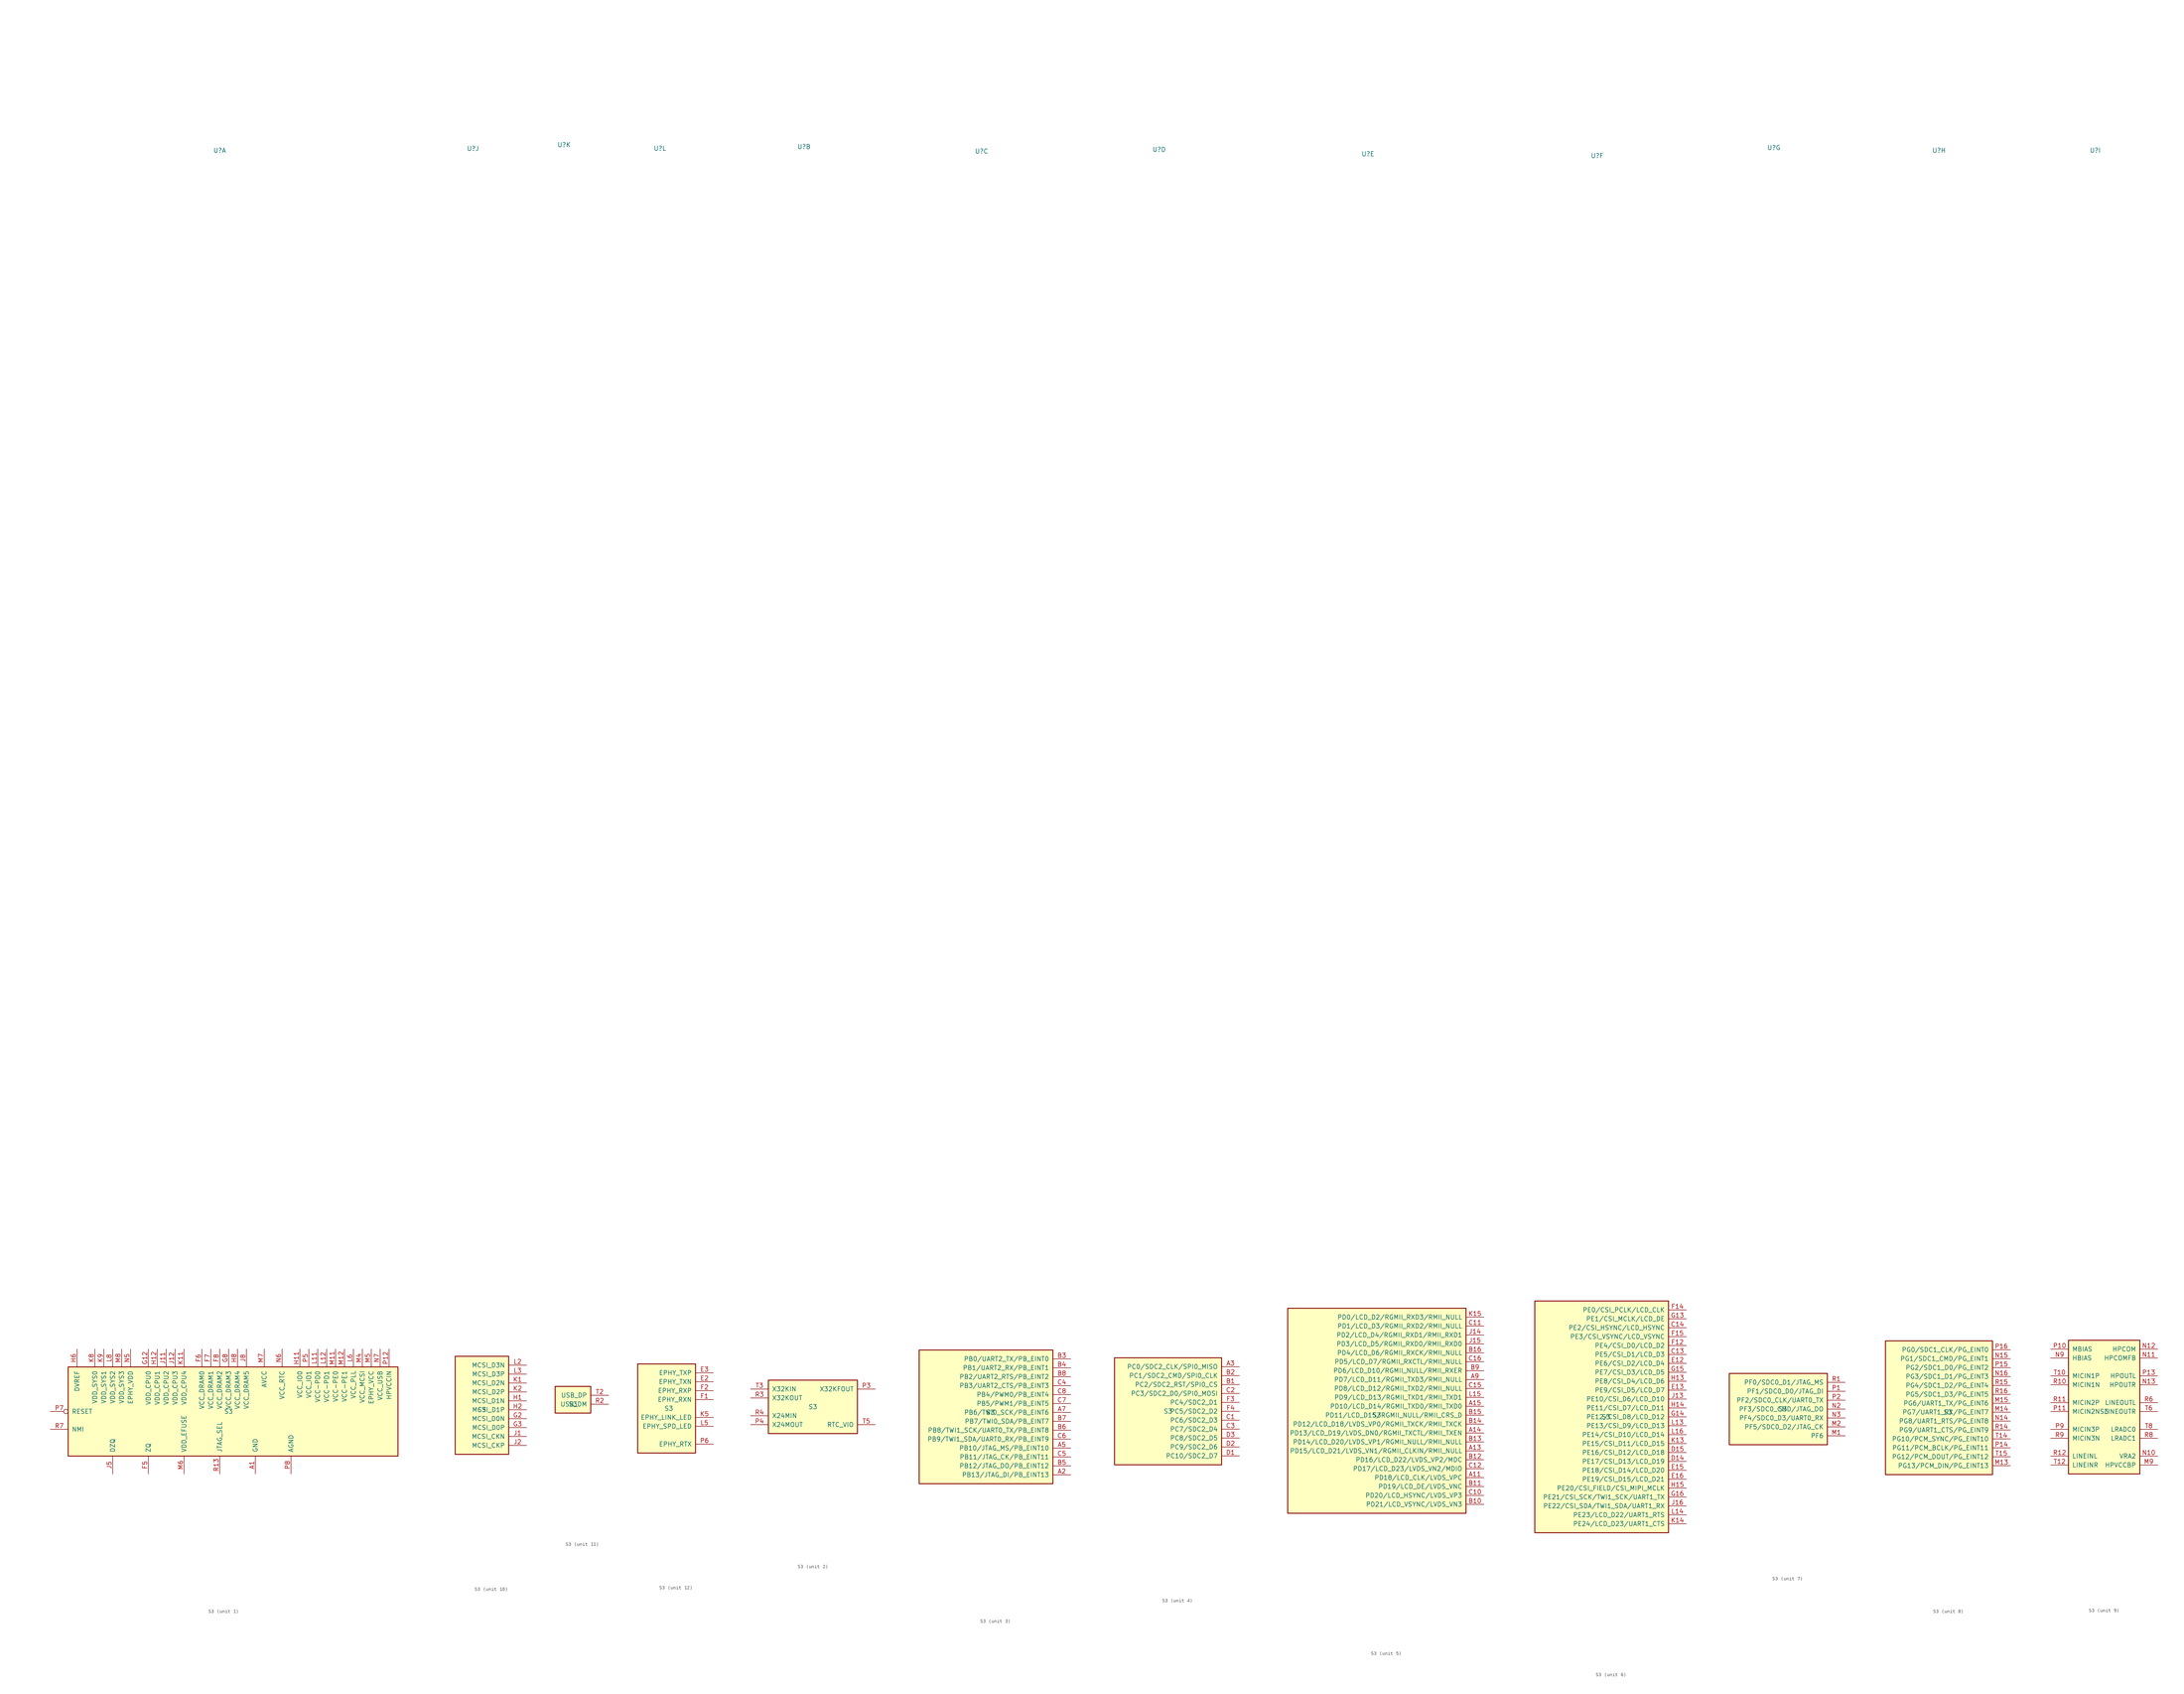
<source format=kicad_sym>
(kicad_symbol_lib
  (version 20211014)
  (generator kicad_symbol_editor)
  (symbol "S3"
    (pin_names
      (offset 1.016))
    (property "Reference" "U"
      (at -2.54 359.41 0)
      (effects (font (size 1.27 1.27))))
    (property "Value" "S3"
      (at 0 0 0)
      (effects (font (size 1.27 1.27))))
    (property "ki_locked" ""
      (at 0 0 0)
      (effects (font (size 1.27 1.27))))
    (symbol "S3_1_1"
      (rectangle (start 48.26 12.7) (end -45.72 -12.7) (stroke (width 0.254) (type default) (color 0 0 0 0)) (fill (type background)))
      (pin power_in line (at 7.62 -17.78 90) (length 5.08) (name "GND" (effects (font (size 1.27 1.27)))) (number "A1" (effects (font (size 1.27 1.27)))))
      (pin passive line (at 7.62 -17.78 90) (length 5.08) hide (name "GND" (effects (font (size 1.27 1.27)))) (number "A16" (effects (font (size 1.27 1.27)))))
      (pin passive line (at 7.62 -17.78 90) (length 5.08) hide (name "GND" (effects (font (size 1.27 1.27)))) (number "C9" (effects (font (size 1.27 1.27)))))
      (pin passive line (at 7.62 -17.78 90) (length 5.08) hide (name "GND" (effects (font (size 1.27 1.27)))) (number "D10" (effects (font (size 1.27 1.27)))))
      (pin passive line (at 7.62 -17.78 90) (length 5.08) hide (name "GND" (effects (font (size 1.27 1.27)))) (number "D11" (effects (font (size 1.27 1.27)))))
      (pin passive line (at 7.62 -17.78 90) (length 5.08) hide (name "GND" (effects (font (size 1.27 1.27)))) (number "D12" (effects (font (size 1.27 1.27)))))
      (pin passive line (at 7.62 -17.78 90) (length 5.08) hide (name "GND" (effects (font (size 1.27 1.27)))) (number "D4" (effects (font (size 1.27 1.27)))))
      (pin passive line (at 7.62 -17.78 90) (length 5.08) hide (name "GND" (effects (font (size 1.27 1.27)))) (number "D5" (effects (font (size 1.27 1.27)))))
      (pin passive line (at 7.62 -17.78 90) (length 5.08) hide (name "GND" (effects (font (size 1.27 1.27)))) (number "D6" (effects (font (size 1.27 1.27)))))
      (pin passive line (at 7.62 -17.78 90) (length 5.08) hide (name "GND" (effects (font (size 1.27 1.27)))) (number "D7" (effects (font (size 1.27 1.27)))))
      (pin passive line (at 7.62 -17.78 90) (length 5.08) hide (name "GND" (effects (font (size 1.27 1.27)))) (number "D8" (effects (font (size 1.27 1.27)))))
      (pin passive line (at 7.62 -17.78 90) (length 5.08) hide (name "GND" (effects (font (size 1.27 1.27)))) (number "D9" (effects (font (size 1.27 1.27)))))
      (pin passive line (at 7.62 -17.78 90) (length 5.08) hide (name "GND" (effects (font (size 1.27 1.27)))) (number "E10" (effects (font (size 1.27 1.27)))))
      (pin passive line (at 7.62 -17.78 90) (length 5.08) hide (name "GND" (effects (font (size 1.27 1.27)))) (number "E11" (effects (font (size 1.27 1.27)))))
      (pin passive line (at 7.62 -17.78 90) (length 5.08) hide (name "GND" (effects (font (size 1.27 1.27)))) (number "E14" (effects (font (size 1.27 1.27)))))
      (pin passive line (at 7.62 -17.78 90) (length 5.08) hide (name "GND" (effects (font (size 1.27 1.27)))) (number "E4" (effects (font (size 1.27 1.27)))))
      (pin passive line (at 7.62 -17.78 90) (length 5.08) hide (name "GND" (effects (font (size 1.27 1.27)))) (number "E5" (effects (font (size 1.27 1.27)))))
      (pin passive line (at 7.62 -17.78 90) (length 5.08) hide (name "GND" (effects (font (size 1.27 1.27)))) (number "E6" (effects (font (size 1.27 1.27)))))
      (pin passive line (at 7.62 -17.78 90) (length 5.08) hide (name "GND" (effects (font (size 1.27 1.27)))) (number "E7" (effects (font (size 1.27 1.27)))))
      (pin passive line (at 7.62 -17.78 90) (length 5.08) hide (name "GND" (effects (font (size 1.27 1.27)))) (number "E8" (effects (font (size 1.27 1.27)))))
      (pin passive line (at 7.62 -17.78 90) (length 5.08) hide (name "GND" (effects (font (size 1.27 1.27)))) (number "E9" (effects (font (size 1.27 1.27)))))
      (pin passive line (at 7.62 -17.78 90) (length 5.08) hide (name "GND" (effects (font (size 1.27 1.27)))) (number "F10" (effects (font (size 1.27 1.27)))))
      (pin passive line (at 7.62 -17.78 90) (length 5.08) hide (name "GND" (effects (font (size 1.27 1.27)))) (number "F11" (effects (font (size 1.27 1.27)))))
      (pin input line (at -22.86 -17.78 90) (length 5.08) (name "ZQ" (effects (font (size 1.27 1.27)))) (number "F5" (effects (font (size 1.27 1.27)))))
      (pin power_in line (at -7.62 17.78 270) (length 5.08) (name "VCC_DRAM0" (effects (font (size 1.27 1.27)))) (number "F6" (effects (font (size 1.27 1.27)))))
      (pin power_in line (at -5.08 17.78 270) (length 5.08) (name "VCC_DRAM1" (effects (font (size 1.27 1.27)))) (number "F7" (effects (font (size 1.27 1.27)))))
      (pin power_in line (at -2.54 17.78 270) (length 5.08) (name "VCC_DRAM2" (effects (font (size 1.27 1.27)))) (number "F8" (effects (font (size 1.27 1.27)))))
      (pin passive line (at 7.62 -17.78 90) (length 5.08) hide (name "GND" (effects (font (size 1.27 1.27)))) (number "F9" (effects (font (size 1.27 1.27)))))
      (pin passive line (at 7.62 -17.78 90) (length 5.08) hide (name "GND" (effects (font (size 1.27 1.27)))) (number "G10" (effects (font (size 1.27 1.27)))))
      (pin passive line (at 7.62 -17.78 90) (length 5.08) hide (name "GND" (effects (font (size 1.27 1.27)))) (number "G11" (effects (font (size 1.27 1.27)))))
      (pin power_in line (at -22.86 17.78 270) (length 5.08) (name "VDD_CPU0" (effects (font (size 1.27 1.27)))) (number "G12" (effects (font (size 1.27 1.27)))))
      (pin passive line (at 7.62 -17.78 90) (length 5.08) hide (name "GND" (effects (font (size 1.27 1.27)))) (number "G4" (effects (font (size 1.27 1.27)))))
      (pin passive line (at 7.62 -17.78 90) (length 5.08) hide (name "GND" (effects (font (size 1.27 1.27)))) (number "G5" (effects (font (size 1.27 1.27)))))
      (pin passive line (at 7.62 -17.78 90) (length 5.08) hide (name "GND" (effects (font (size 1.27 1.27)))) (number "G6" (effects (font (size 1.27 1.27)))))
      (pin passive line (at 7.62 -17.78 90) (length 5.08) hide (name "GND" (effects (font (size 1.27 1.27)))) (number "G7" (effects (font (size 1.27 1.27)))))
      (pin power_in line (at 0 17.78 270) (length 5.08) (name "VCC_DRAM3" (effects (font (size 1.27 1.27)))) (number "G8" (effects (font (size 1.27 1.27)))))
      (pin passive line (at 7.62 -17.78 90) (length 5.08) hide (name "GND" (effects (font (size 1.27 1.27)))) (number "G9" (effects (font (size 1.27 1.27)))))
      (pin passive line (at 7.62 -17.78 90) (length 5.08) hide (name "GND" (effects (font (size 1.27 1.27)))) (number "H10" (effects (font (size 1.27 1.27)))))
      (pin power_in line (at 20.32 17.78 270) (length 5.08) (name "VCC_IO0" (effects (font (size 1.27 1.27)))) (number "H11" (effects (font (size 1.27 1.27)))))
      (pin power_in line (at -20.32 17.78 270) (length 5.08) (name "VDD_CPU1" (effects (font (size 1.27 1.27)))) (number "H12" (effects (font (size 1.27 1.27)))))
      (pin passive line (at 7.62 -17.78 90) (length 5.08) hide (name "GND" (effects (font (size 1.27 1.27)))) (number "H3" (effects (font (size 1.27 1.27)))))
      (pin passive line (at 7.62 -17.78 90) (length 5.08) hide (name "GND" (effects (font (size 1.27 1.27)))) (number "H4" (effects (font (size 1.27 1.27)))))
      (pin passive line (at 7.62 -17.78 90) (length 5.08) hide (name "GND" (effects (font (size 1.27 1.27)))) (number "H5" (effects (font (size 1.27 1.27)))))
      (pin input line (at -43.18 17.78 270) (length 5.08) (name "DVREF" (effects (font (size 1.27 1.27)))) (number "H6" (effects (font (size 1.27 1.27)))))
      (pin passive line (at 7.62 -17.78 90) (length 5.08) hide (name "GND" (effects (font (size 1.27 1.27)))) (number "H7" (effects (font (size 1.27 1.27)))))
      (pin power_in line (at 2.54 17.78 270) (length 5.08) (name "VCC_DRAM4" (effects (font (size 1.27 1.27)))) (number "H8" (effects (font (size 1.27 1.27)))))
      (pin passive line (at 7.62 -17.78 90) (length 5.08) hide (name "GND" (effects (font (size 1.27 1.27)))) (number "H9" (effects (font (size 1.27 1.27)))))
      (pin passive line (at 7.62 -17.78 90) (length 5.08) hide (name "GND" (effects (font (size 1.27 1.27)))) (number "J10" (effects (font (size 1.27 1.27)))))
      (pin power_in line (at -17.78 17.78 270) (length 5.08) (name "VDD_CPU2" (effects (font (size 1.27 1.27)))) (number "J11" (effects (font (size 1.27 1.27)))))
      (pin power_in line (at -15.24 17.78 270) (length 5.08) (name "VDD_CPU3" (effects (font (size 1.27 1.27)))) (number "J12" (effects (font (size 1.27 1.27)))))
      (pin passive line (at 7.62 -17.78 90) (length 5.08) hide (name "GND" (effects (font (size 1.27 1.27)))) (number "J3" (effects (font (size 1.27 1.27)))))
      (pin passive line (at 7.62 -17.78 90) (length 5.08) hide (name "GND" (effects (font (size 1.27 1.27)))) (number "J4" (effects (font (size 1.27 1.27)))))
      (pin input line (at -33.02 -17.78 90) (length 5.08) (name "DZQ" (effects (font (size 1.27 1.27)))) (number "J5" (effects (font (size 1.27 1.27)))))
      (pin passive line (at 7.62 -17.78 90) (length 5.08) hide (name "GND" (effects (font (size 1.27 1.27)))) (number "J6" (effects (font (size 1.27 1.27)))))
      (pin passive line (at 7.62 -17.78 90) (length 5.08) hide (name "GND" (effects (font (size 1.27 1.27)))) (number "J7" (effects (font (size 1.27 1.27)))))
      (pin power_in line (at 5.08 17.78 270) (length 5.08) (name "VCC_DRAM5" (effects (font (size 1.27 1.27)))) (number "J8" (effects (font (size 1.27 1.27)))))
      (pin passive line (at 7.62 -17.78 90) (length 5.08) hide (name "GND" (effects (font (size 1.27 1.27)))) (number "J9" (effects (font (size 1.27 1.27)))))
      (pin passive line (at 7.62 -17.78 90) (length 5.08) hide (name "GND" (effects (font (size 1.27 1.27)))) (number "K10" (effects (font (size 1.27 1.27)))))
      (pin power_in line (at -12.7 17.78 270) (length 5.08) (name "VDD_CPU4" (effects (font (size 1.27 1.27)))) (number "K11" (effects (font (size 1.27 1.27)))))
      (pin passive line (at 7.62 -17.78 90) (length 5.08) hide (name "GND" (effects (font (size 1.27 1.27)))) (number "K12" (effects (font (size 1.27 1.27)))))
      (pin passive line (at 7.62 -17.78 90) (length 5.08) hide (name "GND" (effects (font (size 1.27 1.27)))) (number "K3" (effects (font (size 1.27 1.27)))))
      (pin passive line (at 7.62 -17.78 90) (length 5.08) hide (name "GND" (effects (font (size 1.27 1.27)))) (number "K4" (effects (font (size 1.27 1.27)))))
      (pin passive line (at 7.62 -17.78 90) (length 5.08) hide (name "GND" (effects (font (size 1.27 1.27)))) (number "K6" (effects (font (size 1.27 1.27)))))
      (pin passive line (at 7.62 -17.78 90) (length 5.08) hide (name "GND" (effects (font (size 1.27 1.27)))) (number "K7" (effects (font (size 1.27 1.27)))))
      (pin power_in line (at -38.1 17.78 270) (length 5.08) (name "VDD_SYS0" (effects (font (size 1.27 1.27)))) (number "K8" (effects (font (size 1.27 1.27)))))
      (pin power_in line (at -35.56 17.78 270) (length 5.08) (name "VDD_SYS1" (effects (font (size 1.27 1.27)))) (number "K9" (effects (font (size 1.27 1.27)))))
      (pin passive line (at 7.62 -17.78 90) (length 5.08) hide (name "GND" (effects (font (size 1.27 1.27)))) (number "L10" (effects (font (size 1.27 1.27)))))
      (pin power_in line (at 25.4 17.78 270) (length 5.08) (name "VCC-PD0" (effects (font (size 1.27 1.27)))) (number "L11" (effects (font (size 1.27 1.27)))))
      (pin power_in line (at 27.94 17.78 270) (length 5.08) (name "VCC-PD1" (effects (font (size 1.27 1.27)))) (number "L12" (effects (font (size 1.27 1.27)))))
      (pin passive line (at 7.62 -17.78 90) (length 5.08) hide (name "GND" (effects (font (size 1.27 1.27)))) (number "L4" (effects (font (size 1.27 1.27)))))
      (pin power_in line (at 35.56 17.78 270) (length 5.08) (name "VCC_PLL" (effects (font (size 1.27 1.27)))) (number "L6" (effects (font (size 1.27 1.27)))))
      (pin passive line (at 7.62 -17.78 90) (length 5.08) hide (name "GND" (effects (font (size 1.27 1.27)))) (number "L7" (effects (font (size 1.27 1.27)))))
      (pin power_in line (at -33.02 17.78 270) (length 5.08) (name "VDD_SYS2" (effects (font (size 1.27 1.27)))) (number "L8" (effects (font (size 1.27 1.27)))))
      (pin passive line (at 7.62 -17.78 90) (length 5.08) hide (name "GND" (effects (font (size 1.27 1.27)))) (number "L9" (effects (font (size 1.27 1.27)))))
      (pin passive line (at 7.62 -17.78 90) (length 5.08) hide (name "GND" (effects (font (size 1.27 1.27)))) (number "M10" (effects (font (size 1.27 1.27)))))
      (pin power_in line (at 30.48 17.78 270) (length 5.08) (name "VCC-PE0" (effects (font (size 1.27 1.27)))) (number "M11" (effects (font (size 1.27 1.27)))))
      (pin power_in line (at 33.02 17.78 270) (length 5.08) (name "VCC-PE1" (effects (font (size 1.27 1.27)))) (number "M12" (effects (font (size 1.27 1.27)))))
      (pin power_in line (at 38.1 17.78 270) (length 5.08) (name "VCC_MCSI" (effects (font (size 1.27 1.27)))) (number "M4" (effects (font (size 1.27 1.27)))))
      (pin power_in line (at 40.64 17.78 270) (length 5.08) (name "EPHY_VCC" (effects (font (size 1.27 1.27)))) (number "M5" (effects (font (size 1.27 1.27)))))
      (pin power_in line (at -12.7 -17.78 90) (length 5.08) (name "VDD_EFUSE" (effects (font (size 1.27 1.27)))) (number "M6" (effects (font (size 1.27 1.27)))))
      (pin power_in line (at 10.16 17.78 270) (length 5.08) (name "AVCC" (effects (font (size 1.27 1.27)))) (number "M7" (effects (font (size 1.27 1.27)))))
      (pin power_in line (at -30.48 17.78 270) (length 5.08) (name "VDD_SYS3" (effects (font (size 1.27 1.27)))) (number "M8" (effects (font (size 1.27 1.27)))))
      (pin passive line (at 7.62 -17.78 90) (length 5.08) hide (name "GND" (effects (font (size 1.27 1.27)))) (number "N4" (effects (font (size 1.27 1.27)))))
      (pin power_in line (at -27.94 17.78 270) (length 5.08) (name "EPHY_VDD" (effects (font (size 1.27 1.27)))) (number "N5" (effects (font (size 1.27 1.27)))))
      (pin power_in line (at 15.24 17.78 270) (length 5.08) (name "VCC_RTC" (effects (font (size 1.27 1.27)))) (number "N6" (effects (font (size 1.27 1.27)))))
      (pin power_in line (at 43.18 17.78 270) (length 5.08) (name "VCC_USB" (effects (font (size 1.27 1.27)))) (number "N7" (effects (font (size 1.27 1.27)))))
      (pin passive line (at 7.62 -17.78 90) (length 5.08) hide (name "GND" (effects (font (size 1.27 1.27)))) (number "N8" (effects (font (size 1.27 1.27)))))
      (pin power_in line (at 45.72 17.78 270) (length 5.08) (name "HPVCCIN" (effects (font (size 1.27 1.27)))) (number "P12" (effects (font (size 1.27 1.27)))))
      (pin power_in line (at 22.86 17.78 270) (length 5.08) (name "VCC_IO1" (effects (font (size 1.27 1.27)))) (number "P5" (effects (font (size 1.27 1.27)))))
      (pin input inverted (at -50.8 0 0) (length 5.08) (name "RESET" (effects (font (size 1.27 1.27)))) (number "P7" (effects (font (size 1.27 1.27)))))
      (pin power_in line (at 17.78 -17.78 90) (length 5.08) (name "AGND" (effects (font (size 1.27 1.27)))) (number "P8" (effects (font (size 1.27 1.27)))))
      (pin input line (at -2.54 -17.78 90) (length 5.08) (name "JTAG_SEL" (effects (font (size 1.27 1.27)))) (number "R13" (effects (font (size 1.27 1.27)))))
      (pin passive line (at 7.62 -17.78 90) (length 5.08) hide (name "GND" (effects (font (size 1.27 1.27)))) (number "R5" (effects (font (size 1.27 1.27)))))
      (pin input line (at -50.8 -5.08 0) (length 5.08) (name "NMI" (effects (font (size 1.27 1.27)))) (number "R7" (effects (font (size 1.27 1.27)))))
      (pin passive line (at 7.62 -17.78 90) (length 5.08) hide (name "GND" (effects (font (size 1.27 1.27)))) (number "T1" (effects (font (size 1.27 1.27)))))
      (pin passive line (at 7.62 -17.78 90) (length 5.08) hide (name "GND" (effects (font (size 1.27 1.27)))) (number "T16" (effects (font (size 1.27 1.27))))))
    (symbol "S3_2_1"
      (rectangle (start -12.7 7.62) (end 12.7 -7.62) (stroke (width 0.254) (type default) (color 0 0 0 0)) (fill (type background)))
      (pin output line (at 17.78 5.08 180) (length 5.08) (name "X32KFOUT" (effects (font (size 1.27 1.27)))) (number "P3" (effects (font (size 1.27 1.27)))))
      (pin output line (at -17.78 -5.08 0) (length 5.08) (name "X24MOUT" (effects (font (size 1.27 1.27)))) (number "P4" (effects (font (size 1.27 1.27)))))
      (pin output line (at -17.78 2.54 0) (length 5.08) (name "X32KOUT" (effects (font (size 1.27 1.27)))) (number "R3" (effects (font (size 1.27 1.27)))))
      (pin input line (at -17.78 -2.54 0) (length 5.08) (name "X24MIN" (effects (font (size 1.27 1.27)))) (number "R4" (effects (font (size 1.27 1.27)))))
      (pin input line (at -17.78 5.08 0) (length 5.08) (name "X32KIN" (effects (font (size 1.27 1.27)))) (number "T3" (effects (font (size 1.27 1.27)))))
      (pin power_out line (at 17.78 -5.08 180) (length 5.08) (name "RTC_VIO" (effects (font (size 1.27 1.27)))) (number "T5" (effects (font (size 1.27 1.27))))))
    (symbol "S3_3_1"
      (rectangle (start 17.78 17.78) (end -20.32 -20.32) (stroke (width 0.254) (type default) (color 0 0 0 0)) (fill (type background)))
      (pin bidirectional line (at 22.86 -17.78 180) (length 5.08) (name "PB13/JTAG_DI/PB_EINT13" (effects (font (size 1.27 1.27)))) (number "A2" (effects (font (size 1.27 1.27)))))
      (pin bidirectional line (at 22.86 -10.16 180) (length 5.08) (name "PB10/JTAG_MS/PB_EINT10" (effects (font (size 1.27 1.27)))) (number "A5" (effects (font (size 1.27 1.27)))))
      (pin bidirectional line (at 22.86 0 180) (length 5.08) (name "PB6/TWI0_SCK/PB_EINT6" (effects (font (size 1.27 1.27)))) (number "A7" (effects (font (size 1.27 1.27)))))
      (pin bidirectional line (at 22.86 15.24 180) (length 5.08) (name "PB0/UART2_TX/PB_EINT0" (effects (font (size 1.27 1.27)))) (number "B3" (effects (font (size 1.27 1.27)))))
      (pin bidirectional line (at 22.86 12.7 180) (length 5.08) (name "PB1/UART2_RX/PB_EINT1" (effects (font (size 1.27 1.27)))) (number "B4" (effects (font (size 1.27 1.27)))))
      (pin bidirectional line (at 22.86 -15.24 180) (length 5.08) (name "PB12/JTAG_DO/PB_EINT12" (effects (font (size 1.27 1.27)))) (number "B5" (effects (font (size 1.27 1.27)))))
      (pin bidirectional line (at 22.86 -5.08 180) (length 5.08) (name "PB8/TWI1_SCK/UART0_TX/PB_EINT8" (effects (font (size 1.27 1.27)))) (number "B6" (effects (font (size 1.27 1.27)))))
      (pin bidirectional line (at 22.86 -2.54 180) (length 5.08) (name "PB7/TWI0_SDA/PB_EINT7" (effects (font (size 1.27 1.27)))) (number "B7" (effects (font (size 1.27 1.27)))))
      (pin bidirectional line (at 22.86 10.16 180) (length 5.08) (name "PB2/UART2_RTS/PB_EINT2" (effects (font (size 1.27 1.27)))) (number "B8" (effects (font (size 1.27 1.27)))))
      (pin bidirectional line (at 22.86 7.62 180) (length 5.08) (name "PB3/UART2_CTS/PB_EINT3" (effects (font (size 1.27 1.27)))) (number "C4" (effects (font (size 1.27 1.27)))))
      (pin bidirectional line (at 22.86 -12.7 180) (length 5.08) (name "PB11/JTAG_CK/PB_EINT11" (effects (font (size 1.27 1.27)))) (number "C5" (effects (font (size 1.27 1.27)))))
      (pin bidirectional line (at 22.86 -7.62 180) (length 5.08) (name "PB9/TWI1_SDA/UART0_RX/PB_EINT9" (effects (font (size 1.27 1.27)))) (number "C6" (effects (font (size 1.27 1.27)))))
      (pin bidirectional line (at 22.86 2.54 180) (length 5.08) (name "PB5/PWM1/PB_EINT5" (effects (font (size 1.27 1.27)))) (number "C7" (effects (font (size 1.27 1.27)))))
      (pin bidirectional line (at 22.86 5.08 180) (length 5.08) (name "PB4/PWM0/PB_EINT4" (effects (font (size 1.27 1.27)))) (number "C8" (effects (font (size 1.27 1.27))))))
    (symbol "S3_4_1"
      (rectangle (start 15.24 15.24) (end -15.24 -15.24) (stroke (width 0.254) (type default) (color 0 0 0 0)) (fill (type background)))
      (pin bidirectional line (at 20.32 12.7 180) (length 5.08) (name "PC0/SDC2_CLK/SPI0_MISO" (effects (font (size 1.27 1.27)))) (number "A3" (effects (font (size 1.27 1.27)))))
      (pin bidirectional line (at 20.32 7.62 180) (length 5.08) (name "PC2/SDC2_RST/SPI0_CS" (effects (font (size 1.27 1.27)))) (number "B1" (effects (font (size 1.27 1.27)))))
      (pin bidirectional line (at 20.32 10.16 180) (length 5.08) (name "PC1/SDC2_CMD/SPI0_CLK" (effects (font (size 1.27 1.27)))) (number "B2" (effects (font (size 1.27 1.27)))))
      (pin bidirectional line (at 20.32 -2.54 180) (length 5.08) (name "PC6/SDC2_D3" (effects (font (size 1.27 1.27)))) (number "C1" (effects (font (size 1.27 1.27)))))
      (pin bidirectional line (at 20.32 5.08 180) (length 5.08) (name "PC3/SDC2_D0/SPI0_MOSI" (effects (font (size 1.27 1.27)))) (number "C2" (effects (font (size 1.27 1.27)))))
      (pin bidirectional line (at 20.32 -5.08 180) (length 5.08) (name "PC7/SDC2_D4" (effects (font (size 1.27 1.27)))) (number "C3" (effects (font (size 1.27 1.27)))))
      (pin bidirectional line (at 20.32 -12.7 180) (length 5.08) (name "PC10/SDC2_D7" (effects (font (size 1.27 1.27)))) (number "D1" (effects (font (size 1.27 1.27)))))
      (pin bidirectional line (at 20.32 -10.16 180) (length 5.08) (name "PC9/SDC2_D6" (effects (font (size 1.27 1.27)))) (number "D2" (effects (font (size 1.27 1.27)))))
      (pin bidirectional line (at 20.32 -7.62 180) (length 5.08) (name "PC8/SDC2_D5" (effects (font (size 1.27 1.27)))) (number "D3" (effects (font (size 1.27 1.27)))))
      (pin bidirectional line (at 20.32 2.54 180) (length 5.08) (name "PC4/SDC2_D1" (effects (font (size 1.27 1.27)))) (number "F3" (effects (font (size 1.27 1.27)))))
      (pin bidirectional line (at 20.32 0 180) (length 5.08) (name "PC5/SDC2_D2" (effects (font (size 1.27 1.27)))) (number "F4" (effects (font (size 1.27 1.27))))))
    (symbol "S3_5_1"
      (rectangle (start 25.4 30.48) (end -25.4 -27.94) (stroke (width 0.254) (type default) (color 0 0 0 0)) (fill (type background)))
      (pin bidirectional line (at 30.48 -17.78 180) (length 5.08) (name "PD18/LCD_CLK/LVDS_VPC" (effects (font (size 1.27 1.27)))) (number "A11" (effects (font (size 1.27 1.27)))))
      (pin bidirectional line (at 30.48 -10.16 180) (length 5.08) (name "PD15/LCD_D21/LVDS_VN1/RGMII_CLKIN/RMII_NULL" (effects (font (size 1.27 1.27)))) (number "A13" (effects (font (size 1.27 1.27)))))
      (pin bidirectional line (at 30.48 -5.08 180) (length 5.08) (name "PD13/LCD_D19/LVDS_DN0/RGMII_TXCTL/RMII_TXEN" (effects (font (size 1.27 1.27)))) (number "A14" (effects (font (size 1.27 1.27)))))
      (pin bidirectional line (at 30.48 2.54 180) (length 5.08) (name "PD10/LCD_D14/RGMII_TXD0/RMII_TXD0" (effects (font (size 1.27 1.27)))) (number "A15" (effects (font (size 1.27 1.27)))))
      (pin bidirectional line (at 30.48 10.16 180) (length 5.08) (name "PD7/LCD_D11/RGMII_TXD3/RMII_NULL" (effects (font (size 1.27 1.27)))) (number "A9" (effects (font (size 1.27 1.27)))))
      (pin bidirectional line (at 30.48 -25.4 180) (length 5.08) (name "PD21/LCD_VSYNC/LVDS_VN3" (effects (font (size 1.27 1.27)))) (number "B10" (effects (font (size 1.27 1.27)))))
      (pin bidirectional line (at 30.48 -20.32 180) (length 5.08) (name "PD19/LCD_DE/LVDS_VNC" (effects (font (size 1.27 1.27)))) (number "B11" (effects (font (size 1.27 1.27)))))
      (pin bidirectional line (at 30.48 -12.7 180) (length 5.08) (name "PD16/LCD_D22/LVDS_VP2/MDC" (effects (font (size 1.27 1.27)))) (number "B12" (effects (font (size 1.27 1.27)))))
      (pin bidirectional line (at 30.48 -7.62 180) (length 5.08) (name "PD14/LCD_D20/LVDS_VP1/RGMII_NULL/RMII_NULL" (effects (font (size 1.27 1.27)))) (number "B13" (effects (font (size 1.27 1.27)))))
      (pin bidirectional line (at 30.48 -2.54 180) (length 5.08) (name "PD12/LCD_D18/LVDS_VP0/RGMII_TXCK/RMII_TXCK" (effects (font (size 1.27 1.27)))) (number "B14" (effects (font (size 1.27 1.27)))))
      (pin bidirectional line (at 30.48 0 180) (length 5.08) (name "PD11/LCD_D15/RGMII_NULL/RMII_CRS_D" (effects (font (size 1.27 1.27)))) (number "B15" (effects (font (size 1.27 1.27)))))
      (pin bidirectional line (at 30.48 17.78 180) (length 5.08) (name "PD4/LCD_D6/RGMII_RXCK/RMII_NULL" (effects (font (size 1.27 1.27)))) (number "B16" (effects (font (size 1.27 1.27)))))
      (pin bidirectional line (at 30.48 12.7 180) (length 5.08) (name "PD6/LCD_D10/RGMII_NULL/RMII_RXER" (effects (font (size 1.27 1.27)))) (number "B9" (effects (font (size 1.27 1.27)))))
      (pin bidirectional line (at 30.48 -22.86 180) (length 5.08) (name "PD20/LCD_HSYNC/LVDS_VP3" (effects (font (size 1.27 1.27)))) (number "C10" (effects (font (size 1.27 1.27)))))
      (pin bidirectional line (at 30.48 25.4 180) (length 5.08) (name "PD1/LCD_D3/RGMII_RXD2/RMII_NULL" (effects (font (size 1.27 1.27)))) (number "C11" (effects (font (size 1.27 1.27)))))
      (pin bidirectional line (at 30.48 -15.24 180) (length 5.08) (name "PD17/LCD_D23/LVDS_VN2/MDIO" (effects (font (size 1.27 1.27)))) (number "C12" (effects (font (size 1.27 1.27)))))
      (pin bidirectional line (at 30.48 7.62 180) (length 5.08) (name "PD8/LCD_D12/RGMII_TXD2/RMII_NULL" (effects (font (size 1.27 1.27)))) (number "C15" (effects (font (size 1.27 1.27)))))
      (pin bidirectional line (at 30.48 15.24 180) (length 5.08) (name "PD5/LCD_D7/RGMII_RXCTL/RMII_NULL" (effects (font (size 1.27 1.27)))) (number "C16" (effects (font (size 1.27 1.27)))))
      (pin bidirectional line (at 30.48 22.86 180) (length 5.08) (name "PD2/LCD_D4/RGMII_RXD1/RMII_RXD1" (effects (font (size 1.27 1.27)))) (number "J14" (effects (font (size 1.27 1.27)))))
      (pin bidirectional line (at 30.48 20.32 180) (length 5.08) (name "PD3/LCD_D5/RGMII_RXD0/RMII_RXD0" (effects (font (size 1.27 1.27)))) (number "J15" (effects (font (size 1.27 1.27)))))
      (pin bidirectional line (at 30.48 27.94 180) (length 5.08) (name "PD0/LCD_D2/RGMII_RXD3/RMII_NULL" (effects (font (size 1.27 1.27)))) (number "K15" (effects (font (size 1.27 1.27)))))
      (pin bidirectional line (at 30.48 5.08 180) (length 5.08) (name "PD9/LCD_D13/RGMII_TXD1/RMII_TXD1" (effects (font (size 1.27 1.27)))) (number "L15" (effects (font (size 1.27 1.27))))))
    (symbol "S3_6_1"
      (rectangle (start 17.78 33.02) (end -20.32 -33.02) (stroke (width 0.254) (type default) (color 0 0 0 0)) (fill (type background)))
      (pin bidirectional line (at 22.86 17.78 180) (length 5.08) (name "PE5/CSI_D1/LCD_D3" (effects (font (size 1.27 1.27)))) (number "C13" (effects (font (size 1.27 1.27)))))
      (pin bidirectional line (at 22.86 25.4 180) (length 5.08) (name "PE2/CSI_HSYNC/LCD_HSYNC" (effects (font (size 1.27 1.27)))) (number "C14" (effects (font (size 1.27 1.27)))))
      (pin bidirectional line (at 22.86 -12.7 180) (length 5.08) (name "PE17/CSI_D13/LCD_D19" (effects (font (size 1.27 1.27)))) (number "D14" (effects (font (size 1.27 1.27)))))
      (pin bidirectional line (at 22.86 -10.16 180) (length 5.08) (name "PE16/CSI_D12/LCD_D18" (effects (font (size 1.27 1.27)))) (number "D15" (effects (font (size 1.27 1.27)))))
      (pin bidirectional line (at 22.86 15.24 180) (length 5.08) (name "PE6/CSI_D2/LCD_D4" (effects (font (size 1.27 1.27)))) (number "E12" (effects (font (size 1.27 1.27)))))
      (pin bidirectional line (at 22.86 7.62 180) (length 5.08) (name "PE9/CSI_D5/LCD_D7" (effects (font (size 1.27 1.27)))) (number "E13" (effects (font (size 1.27 1.27)))))
      (pin bidirectional line (at 22.86 -15.24 180) (length 5.08) (name "PE18/CSI_D14/LCD_D20" (effects (font (size 1.27 1.27)))) (number "E15" (effects (font (size 1.27 1.27)))))
      (pin bidirectional line (at 22.86 -17.78 180) (length 5.08) (name "PE19/CSI_D15/LCD_D21" (effects (font (size 1.27 1.27)))) (number "E16" (effects (font (size 1.27 1.27)))))
      (pin bidirectional line (at 22.86 20.32 180) (length 5.08) (name "PE4/CSI_D0/LCD_D2" (effects (font (size 1.27 1.27)))) (number "F12" (effects (font (size 1.27 1.27)))))
      (pin bidirectional line (at 22.86 30.48 180) (length 5.08) (name "PE0/CSI_PCLK/LCD_CLK" (effects (font (size 1.27 1.27)))) (number "F14" (effects (font (size 1.27 1.27)))))
      (pin bidirectional line (at 22.86 22.86 180) (length 5.08) (name "PE3/CSI_VSYNC/LCD_VSYNC" (effects (font (size 1.27 1.27)))) (number "F15" (effects (font (size 1.27 1.27)))))
      (pin bidirectional line (at 22.86 27.94 180) (length 5.08) (name "PE1/CSI_MCLK/LCD_DE" (effects (font (size 1.27 1.27)))) (number "G13" (effects (font (size 1.27 1.27)))))
      (pin bidirectional line (at 22.86 0 180) (length 5.08) (name "PE12/CSI_D8/LCD_D12" (effects (font (size 1.27 1.27)))) (number "G14" (effects (font (size 1.27 1.27)))))
      (pin bidirectional line (at 22.86 12.7 180) (length 5.08) (name "PE7/CSI_D3/LCD_D5" (effects (font (size 1.27 1.27)))) (number "G15" (effects (font (size 1.27 1.27)))))
      (pin bidirectional line (at 22.86 -22.86 180) (length 5.08) (name "PE21/CSI_SCK/TWI1_SCK/UART1_TX" (effects (font (size 1.27 1.27)))) (number "G16" (effects (font (size 1.27 1.27)))))
      (pin bidirectional line (at 22.86 10.16 180) (length 5.08) (name "PE8/CSI_D4/LCD_D6" (effects (font (size 1.27 1.27)))) (number "H13" (effects (font (size 1.27 1.27)))))
      (pin bidirectional line (at 22.86 2.54 180) (length 5.08) (name "PE11/CSI_D7/LCD_D11" (effects (font (size 1.27 1.27)))) (number "H14" (effects (font (size 1.27 1.27)))))
      (pin bidirectional line (at 22.86 -20.32 180) (length 5.08) (name "PE20/CSI_FIELD/CSI_MIPI_MCLK" (effects (font (size 1.27 1.27)))) (number "H15" (effects (font (size 1.27 1.27)))))
      (pin bidirectional line (at 22.86 5.08 180) (length 5.08) (name "PE10/CSI_D6/LCD_D10" (effects (font (size 1.27 1.27)))) (number "J13" (effects (font (size 1.27 1.27)))))
      (pin bidirectional line (at 22.86 -25.4 180) (length 5.08) (name "PE22/CSI_SDA/TWI1_SDA/UART1_RX" (effects (font (size 1.27 1.27)))) (number "J16" (effects (font (size 1.27 1.27)))))
      (pin bidirectional line (at 22.86 -7.62 180) (length 5.08) (name "PE15/CSI_D11/LCD_D15" (effects (font (size 1.27 1.27)))) (number "K13" (effects (font (size 1.27 1.27)))))
      (pin bidirectional line (at 22.86 -30.48 180) (length 5.08) (name "PE24/LCD_D23/UART1_CTS" (effects (font (size 1.27 1.27)))) (number "K14" (effects (font (size 1.27 1.27)))))
      (pin bidirectional line (at 22.86 -2.54 180) (length 5.08) (name "PE13/CSI_D9/LCD_D13" (effects (font (size 1.27 1.27)))) (number "L13" (effects (font (size 1.27 1.27)))))
      (pin bidirectional line (at 22.86 -27.94 180) (length 5.08) (name "PE23/LCD_D22/UART1_RTS" (effects (font (size 1.27 1.27)))) (number "L14" (effects (font (size 1.27 1.27)))))
      (pin bidirectional line (at 22.86 -5.08 180) (length 5.08) (name "PE14/CSI_D10/LCD_D14" (effects (font (size 1.27 1.27)))) (number "L16" (effects (font (size 1.27 1.27))))))
    (symbol "S3_7_1"
      (rectangle (start 12.7 10.16) (end -15.24 -10.16) (stroke (width 0.254) (type default) (color 0 0 0 0)) (fill (type background)))
      (pin bidirectional line (at 17.78 -7.62 180) (length 5.08) (name "PF6" (effects (font (size 1.27 1.27)))) (number "M1" (effects (font (size 1.27 1.27)))))
      (pin bidirectional line (at 17.78 -5.08 180) (length 5.08) (name "PF5/SDC0_D2/JTAG_CK" (effects (font (size 1.27 1.27)))) (number "M2" (effects (font (size 1.27 1.27)))))
      (pin bidirectional line (at 17.78 0 180) (length 5.08) (name "PF3/SDC0_CMD/JTAG_DO" (effects (font (size 1.27 1.27)))) (number "N2" (effects (font (size 1.27 1.27)))))
      (pin bidirectional line (at 17.78 -2.54 180) (length 5.08) (name "PF4/SDC0_D3/UART0_RX" (effects (font (size 1.27 1.27)))) (number "N3" (effects (font (size 1.27 1.27)))))
      (pin bidirectional line (at 17.78 5.08 180) (length 5.08) (name "PF1/SDC0_D0/JTAG_DI" (effects (font (size 1.27 1.27)))) (number "P1" (effects (font (size 1.27 1.27)))))
      (pin bidirectional line (at 17.78 2.54 180) (length 5.08) (name "PF2/SDC0_CLK/UART0_TX" (effects (font (size 1.27 1.27)))) (number "P2" (effects (font (size 1.27 1.27)))))
      (pin bidirectional line (at 17.78 7.62 180) (length 5.08) (name "PF0/SDC0_D1/JTAG_MS" (effects (font (size 1.27 1.27)))) (number "R1" (effects (font (size 1.27 1.27))))))
    (symbol "S3_8_1"
      (rectangle (start 12.7 20.32) (end -17.78 -17.78) (stroke (width 0.254) (type default) (color 0 0 0 0)) (fill (type background)))
      (pin bidirectional line (at 17.78 -15.24 180) (length 5.08) (name "PG13/PCM_DIN/PG_EINT13" (effects (font (size 1.27 1.27)))) (number "M13" (effects (font (size 1.27 1.27)))))
      (pin bidirectional line (at 17.78 0 180) (length 5.08) (name "PG7/UART1_RX/PG_EINT7" (effects (font (size 1.27 1.27)))) (number "M14" (effects (font (size 1.27 1.27)))))
      (pin bidirectional line (at 17.78 2.54 180) (length 5.08) (name "PG6/UART1_TX/PG_EINT6" (effects (font (size 1.27 1.27)))) (number "M15" (effects (font (size 1.27 1.27)))))
      (pin bidirectional line (at 17.78 -2.54 180) (length 5.08) (name "PG8/UART1_RTS/PG_EINT8" (effects (font (size 1.27 1.27)))) (number "N14" (effects (font (size 1.27 1.27)))))
      (pin bidirectional line (at 17.78 15.24 180) (length 5.08) (name "PG1/SDC1_CMD/PG_EINT1" (effects (font (size 1.27 1.27)))) (number "N15" (effects (font (size 1.27 1.27)))))
      (pin bidirectional line (at 17.78 10.16 180) (length 5.08) (name "PG3/SDC1_D1/PG_EINT3" (effects (font (size 1.27 1.27)))) (number "N16" (effects (font (size 1.27 1.27)))))
      (pin bidirectional line (at 17.78 -10.16 180) (length 5.08) (name "PG11/PCM_BCLK/PG_EINT11" (effects (font (size 1.27 1.27)))) (number "P14" (effects (font (size 1.27 1.27)))))
      (pin bidirectional line (at 17.78 12.7 180) (length 5.08) (name "PG2/SDC1_D0/PG_EINT2" (effects (font (size 1.27 1.27)))) (number "P15" (effects (font (size 1.27 1.27)))))
      (pin bidirectional line (at 17.78 17.78 180) (length 5.08) (name "PG0/SDC1_CLK/PG_EINT0" (effects (font (size 1.27 1.27)))) (number "P16" (effects (font (size 1.27 1.27)))))
      (pin bidirectional line (at 17.78 -5.08 180) (length 5.08) (name "PG9/UART1_CTS/PG_EINT9" (effects (font (size 1.27 1.27)))) (number "R14" (effects (font (size 1.27 1.27)))))
      (pin bidirectional line (at 17.78 7.62 180) (length 5.08) (name "PG4/SDC1_D2/PG_EINT4" (effects (font (size 1.27 1.27)))) (number "R15" (effects (font (size 1.27 1.27)))))
      (pin bidirectional line (at 17.78 5.08 180) (length 5.08) (name "PG5/SDC1_D3/PG_EINT5" (effects (font (size 1.27 1.27)))) (number "R16" (effects (font (size 1.27 1.27)))))
      (pin bidirectional line (at 17.78 -7.62 180) (length 5.08) (name "PG10/PCM_SYNC/PG_EINT10" (effects (font (size 1.27 1.27)))) (number "T14" (effects (font (size 1.27 1.27)))))
      (pin bidirectional line (at 17.78 -12.7 180) (length 5.08) (name "PG12/PCM_DOUT/PG_EINT12" (effects (font (size 1.27 1.27)))) (number "T15" (effects (font (size 1.27 1.27))))))
    (symbol "S3_9_1"
      (rectangle (start -10.16 20.32) (end 10.16 -17.78) (stroke (width 0.254) (type default) (color 0 0 0 0)) (fill (type background)))
      (pin output line (at 15.24 -15.24 180) (length 5.08) (name "HPVCCBP" (effects (font (size 1.27 1.27)))) (number "M9" (effects (font (size 1.27 1.27)))))
      (pin output line (at 15.24 -12.7 180) (length 5.08) (name "VRA2" (effects (font (size 1.27 1.27)))) (number "N10" (effects (font (size 1.27 1.27)))))
      (pin input line (at 15.24 15.24 180) (length 5.08) (name "HPCOMFB" (effects (font (size 1.27 1.27)))) (number "N11" (effects (font (size 1.27 1.27)))))
      (pin output line (at 15.24 17.78 180) (length 5.08) (name "HPCOM" (effects (font (size 1.27 1.27)))) (number "N12" (effects (font (size 1.27 1.27)))))
      (pin output line (at 15.24 7.62 180) (length 5.08) (name "HPOUTR" (effects (font (size 1.27 1.27)))) (number "N13" (effects (font (size 1.27 1.27)))))
      (pin output line (at -15.24 15.24 0) (length 5.08) (name "HBIAS" (effects (font (size 1.27 1.27)))) (number "N9" (effects (font (size 1.27 1.27)))))
      (pin output line (at -15.24 17.78 0) (length 5.08) (name "MBIAS" (effects (font (size 1.27 1.27)))) (number "P10" (effects (font (size 1.27 1.27)))))
      (pin input line (at -15.24 0 0) (length 5.08) (name "MICIN2N" (effects (font (size 1.27 1.27)))) (number "P11" (effects (font (size 1.27 1.27)))))
      (pin output line (at 15.24 10.16 180) (length 5.08) (name "HPOUTL" (effects (font (size 1.27 1.27)))) (number "P13" (effects (font (size 1.27 1.27)))))
      (pin input line (at -15.24 -5.08 0) (length 5.08) (name "MICIN3P" (effects (font (size 1.27 1.27)))) (number "P9" (effects (font (size 1.27 1.27)))))
      (pin input line (at -15.24 7.62 0) (length 5.08) (name "MICIN1N" (effects (font (size 1.27 1.27)))) (number "R10" (effects (font (size 1.27 1.27)))))
      (pin input line (at -15.24 2.54 0) (length 5.08) (name "MICIN2P" (effects (font (size 1.27 1.27)))) (number "R11" (effects (font (size 1.27 1.27)))))
      (pin input line (at -15.24 -12.7 0) (length 5.08) (name "LINEINL" (effects (font (size 1.27 1.27)))) (number "R12" (effects (font (size 1.27 1.27)))))
      (pin output line (at 15.24 2.54 180) (length 5.08) (name "LINEOUTL" (effects (font (size 1.27 1.27)))) (number "R6" (effects (font (size 1.27 1.27)))))
      (pin input line (at 15.24 -7.62 180) (length 5.08) (name "LRADC1" (effects (font (size 1.27 1.27)))) (number "R8" (effects (font (size 1.27 1.27)))))
      (pin input line (at -15.24 -7.62 0) (length 5.08) (name "MICIN3N" (effects (font (size 1.27 1.27)))) (number "R9" (effects (font (size 1.27 1.27)))))
      (pin input line (at -15.24 10.16 0) (length 5.08) (name "MICIN1P" (effects (font (size 1.27 1.27)))) (number "T10" (effects (font (size 1.27 1.27)))))
      (pin input line (at -15.24 -15.24 0) (length 5.08) (name "LINEINR" (effects (font (size 1.27 1.27)))) (number "T12" (effects (font (size 1.27 1.27)))))
      (pin output line (at 15.24 0 180) (length 5.08) (name "LINEOUTR" (effects (font (size 1.27 1.27)))) (number "T6" (effects (font (size 1.27 1.27)))))
      (pin input line (at 15.24 -5.08 180) (length 5.08) (name "LRADC0" (effects (font (size 1.27 1.27)))) (number "T8" (effects (font (size 1.27 1.27))))))
    (symbol "S3_10_1"
      (rectangle (start 7.62 15.24) (end -7.62 -12.7) (stroke (width 0.254) (type default) (color 0 0 0 0)) (fill (type background)))
      (pin bidirectional line (at 12.7 -2.54 180) (length 5.08) (name "MCSI_D0N" (effects (font (size 1.27 1.27)))) (number "G2" (effects (font (size 1.27 1.27)))))
      (pin bidirectional line (at 12.7 -5.08 180) (length 5.08) (name "MCSI_D0P" (effects (font (size 1.27 1.27)))) (number "G3" (effects (font (size 1.27 1.27)))))
      (pin bidirectional line (at 12.7 2.54 180) (length 5.08) (name "MCSI_D1N" (effects (font (size 1.27 1.27)))) (number "H1" (effects (font (size 1.27 1.27)))))
      (pin bidirectional line (at 12.7 0 180) (length 5.08) (name "MCSI_D1P" (effects (font (size 1.27 1.27)))) (number "H2" (effects (font (size 1.27 1.27)))))
      (pin bidirectional line (at 12.7 -7.62 180) (length 5.08) (name "MCSI_CKN" (effects (font (size 1.27 1.27)))) (number "J1" (effects (font (size 1.27 1.27)))))
      (pin bidirectional line (at 12.7 -10.16 180) (length 5.08) (name "MCSI_CKP" (effects (font (size 1.27 1.27)))) (number "J2" (effects (font (size 1.27 1.27)))))
      (pin bidirectional line (at 12.7 7.62 180) (length 5.08) (name "MCSI_D2N" (effects (font (size 1.27 1.27)))) (number "K1" (effects (font (size 1.27 1.27)))))
      (pin bidirectional line (at 12.7 5.08 180) (length 5.08) (name "MCSI_D2P" (effects (font (size 1.27 1.27)))) (number "K2" (effects (font (size 1.27 1.27)))))
      (pin bidirectional line (at 12.7 12.7 180) (length 5.08) (name "MCSI_D3N" (effects (font (size 1.27 1.27)))) (number "L2" (effects (font (size 1.27 1.27)))))
      (pin bidirectional line (at 12.7 10.16 180) (length 5.08) (name "MCSI_D3P" (effects (font (size 1.27 1.27)))) (number "L3" (effects (font (size 1.27 1.27))))))
    (symbol "S3_11_1"
      (rectangle (start 5.08 5.08) (end -5.08 -2.54) (stroke (width 0.254) (type default) (color 0 0 0 0)) (fill (type background)))
      (pin bidirectional line (at 10.16 0 180) (length 5.08) (name "USB_DM" (effects (font (size 1.27 1.27)))) (number "R2" (effects (font (size 1.27 1.27)))))
      (pin bidirectional line (at 10.16 2.54 180) (length 5.08) (name "USB_DP" (effects (font (size 1.27 1.27)))) (number "T2" (effects (font (size 1.27 1.27))))))
    (symbol "S3_12_1"
      (rectangle (start 7.62 12.7) (end -8.89 -12.7) (stroke (width 0.254) (type default) (color 0 0 0 0)) (fill (type background)))
      (pin bidirectional line (at 12.7 7.62 180) (length 5.08) (name "EPHY_TXN" (effects (font (size 1.27 1.27)))) (number "E2" (effects (font (size 1.27 1.27)))))
      (pin bidirectional line (at 12.7 10.16 180) (length 5.08) (name "EPHY_TXP" (effects (font (size 1.27 1.27)))) (number "E3" (effects (font (size 1.27 1.27)))))
      (pin bidirectional line (at 12.7 2.54 180) (length 5.08) (name "EPHY_RXN" (effects (font (size 1.27 1.27)))) (number "F1" (effects (font (size 1.27 1.27)))))
      (pin bidirectional line (at 12.7 5.08 180) (length 5.08) (name "EPHY_RXP" (effects (font (size 1.27 1.27)))) (number "F2" (effects (font (size 1.27 1.27)))))
      (pin output line (at 12.7 -2.54 180) (length 5.08) (name "EPHY_LINK_LED" (effects (font (size 1.27 1.27)))) (number "K5" (effects (font (size 1.27 1.27)))))
      (pin output line (at 12.7 -5.08 180) (length 5.08) (name "EPHY_SPD_LED" (effects (font (size 1.27 1.27)))) (number "L5" (effects (font (size 1.27 1.27)))))
      (pin input line (at 12.7 -10.16 180) (length 5.08) (name "EPHY_RTX" (effects (font (size 1.27 1.27)))) (number "P6" (effects (font (size 1.27 1.27))))))))
</source>
